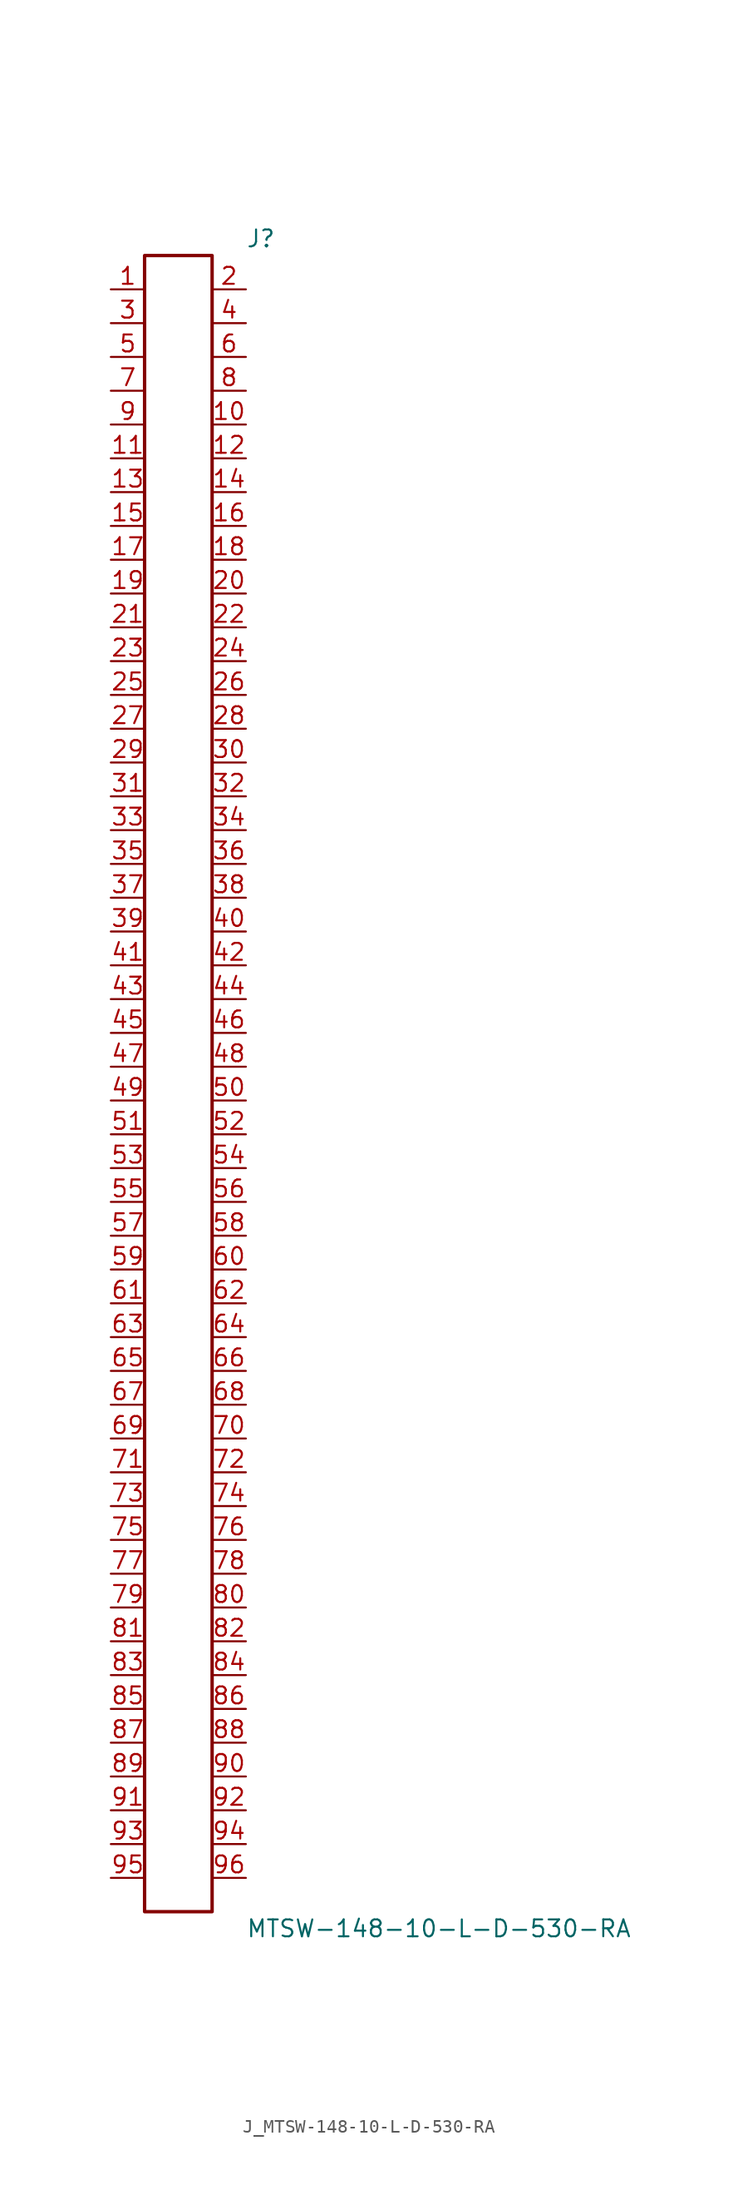
<source format=kicad_sym>
(kicad_symbol_lib
  (version 20231120)
  (generator kicad_symbol_editor)
  (generator_version 8.0)
  (symbol "J_MTSW-148-10-L-D-530-RA"
    (pin_names
      (offset 0.254))
    (property "Reference" "J"
      (at 5.08 63.5 0)
      (effects (font (size 1.27 1.27)) (justify left)))
    (property "Value" "MTSW-148-10-L-D-530-RA"
      (at 5.08 -63.5 0)
      (effects (font (size 1.27 1.27)) (justify left)))
    (symbol "J_MTSW-148-10-L-D-530-RA_0_0"
      (pin passive line (at -5.08 59.69 0) (length 2.54) (name "" (effects (font (size 1.27 1.27)))) (number "1" (effects (font (size 1.27 1.27)))))
      (pin passive line (at 5.08 59.69 180) (length 2.54) (name "" (effects (font (size 1.27 1.27)))) (number "2" (effects (font (size 1.27 1.27)))))
      (pin passive line (at -5.08 57.15 0) (length 2.54) (name "" (effects (font (size 1.27 1.27)))) (number "3" (effects (font (size 1.27 1.27)))))
      (pin passive line (at 5.08 57.15 180) (length 2.54) (name "" (effects (font (size 1.27 1.27)))) (number "4" (effects (font (size 1.27 1.27)))))
      (pin passive line (at -5.08 54.61 0) (length 2.54) (name "" (effects (font (size 1.27 1.27)))) (number "5" (effects (font (size 1.27 1.27)))))
      (pin passive line (at 5.08 54.61 180) (length 2.54) (name "" (effects (font (size 1.27 1.27)))) (number "6" (effects (font (size 1.27 1.27)))))
      (pin passive line (at -5.08 52.07 0) (length 2.54) (name "" (effects (font (size 1.27 1.27)))) (number "7" (effects (font (size 1.27 1.27)))))
      (pin passive line (at 5.08 52.07 180) (length 2.54) (name "" (effects (font (size 1.27 1.27)))) (number "8" (effects (font (size 1.27 1.27)))))
      (pin passive line (at -5.08 49.53 0) (length 2.54) (name "" (effects (font (size 1.27 1.27)))) (number "9" (effects (font (size 1.27 1.27)))))
      (pin passive line (at 5.08 49.53 180) (length 2.54) (name "" (effects (font (size 1.27 1.27)))) (number "10" (effects (font (size 1.27 1.27)))))
      (pin passive line (at -5.08 46.99 0) (length 2.54) (name "" (effects (font (size 1.27 1.27)))) (number "11" (effects (font (size 1.27 1.27)))))
      (pin passive line (at 5.08 46.99 180) (length 2.54) (name "" (effects (font (size 1.27 1.27)))) (number "12" (effects (font (size 1.27 1.27)))))
      (pin passive line (at -5.08 44.45 0) (length 2.54) (name "" (effects (font (size 1.27 1.27)))) (number "13" (effects (font (size 1.27 1.27)))))
      (pin passive line (at 5.08 44.45 180) (length 2.54) (name "" (effects (font (size 1.27 1.27)))) (number "14" (effects (font (size 1.27 1.27)))))
      (pin passive line (at -5.08 41.91 0) (length 2.54) (name "" (effects (font (size 1.27 1.27)))) (number "15" (effects (font (size 1.27 1.27)))))
      (pin passive line (at 5.08 41.91 180) (length 2.54) (name "" (effects (font (size 1.27 1.27)))) (number "16" (effects (font (size 1.27 1.27)))))
      (pin passive line (at -5.08 39.37 0) (length 2.54) (name "" (effects (font (size 1.27 1.27)))) (number "17" (effects (font (size 1.27 1.27)))))
      (pin passive line (at 5.08 39.37 180) (length 2.54) (name "" (effects (font (size 1.27 1.27)))) (number "18" (effects (font (size 1.27 1.27)))))
      (pin passive line (at -5.08 36.83 0) (length 2.54) (name "" (effects (font (size 1.27 1.27)))) (number "19" (effects (font (size 1.27 1.27)))))
      (pin passive line (at 5.08 36.83 180) (length 2.54) (name "" (effects (font (size 1.27 1.27)))) (number "20" (effects (font (size 1.27 1.27)))))
      (pin passive line (at -5.08 34.29 0) (length 2.54) (name "" (effects (font (size 1.27 1.27)))) (number "21" (effects (font (size 1.27 1.27)))))
      (pin passive line (at 5.08 34.29 180) (length 2.54) (name "" (effects (font (size 1.27 1.27)))) (number "22" (effects (font (size 1.27 1.27)))))
      (pin passive line (at -5.08 31.75 0) (length 2.54) (name "" (effects (font (size 1.27 1.27)))) (number "23" (effects (font (size 1.27 1.27)))))
      (pin passive line (at 5.08 31.75 180) (length 2.54) (name "" (effects (font (size 1.27 1.27)))) (number "24" (effects (font (size 1.27 1.27)))))
      (pin passive line (at -5.08 29.21 0) (length 2.54) (name "" (effects (font (size 1.27 1.27)))) (number "25" (effects (font (size 1.27 1.27)))))
      (pin passive line (at 5.08 29.21 180) (length 2.54) (name "" (effects (font (size 1.27 1.27)))) (number "26" (effects (font (size 1.27 1.27)))))
      (pin passive line (at -5.08 26.67 0) (length 2.54) (name "" (effects (font (size 1.27 1.27)))) (number "27" (effects (font (size 1.27 1.27)))))
      (pin passive line (at 5.08 26.67 180) (length 2.54) (name "" (effects (font (size 1.27 1.27)))) (number "28" (effects (font (size 1.27 1.27)))))
      (pin passive line (at -5.08 24.13 0) (length 2.54) (name "" (effects (font (size 1.27 1.27)))) (number "29" (effects (font (size 1.27 1.27)))))
      (pin passive line (at 5.08 24.13 180) (length 2.54) (name "" (effects (font (size 1.27 1.27)))) (number "30" (effects (font (size 1.27 1.27)))))
      (pin passive line (at -5.08 21.59 0) (length 2.54) (name "" (effects (font (size 1.27 1.27)))) (number "31" (effects (font (size 1.27 1.27)))))
      (pin passive line (at 5.08 21.59 180) (length 2.54) (name "" (effects (font (size 1.27 1.27)))) (number "32" (effects (font (size 1.27 1.27)))))
      (pin passive line (at -5.08 19.05 0) (length 2.54) (name "" (effects (font (size 1.27 1.27)))) (number "33" (effects (font (size 1.27 1.27)))))
      (pin passive line (at 5.08 19.05 180) (length 2.54) (name "" (effects (font (size 1.27 1.27)))) (number "34" (effects (font (size 1.27 1.27)))))
      (pin passive line (at -5.08 16.51 0) (length 2.54) (name "" (effects (font (size 1.27 1.27)))) (number "35" (effects (font (size 1.27 1.27)))))
      (pin passive line (at 5.08 16.51 180) (length 2.54) (name "" (effects (font (size 1.27 1.27)))) (number "36" (effects (font (size 1.27 1.27)))))
      (pin passive line (at -5.08 13.97 0) (length 2.54) (name "" (effects (font (size 1.27 1.27)))) (number "37" (effects (font (size 1.27 1.27)))))
      (pin passive line (at 5.08 13.97 180) (length 2.54) (name "" (effects (font (size 1.27 1.27)))) (number "38" (effects (font (size 1.27 1.27)))))
      (pin passive line (at -5.08 11.43 0) (length 2.54) (name "" (effects (font (size 1.27 1.27)))) (number "39" (effects (font (size 1.27 1.27)))))
      (pin passive line (at 5.08 11.43 180) (length 2.54) (name "" (effects (font (size 1.27 1.27)))) (number "40" (effects (font (size 1.27 1.27)))))
      (pin passive line (at -5.08 8.89 0) (length 2.54) (name "" (effects (font (size 1.27 1.27)))) (number "41" (effects (font (size 1.27 1.27)))))
      (pin passive line (at 5.08 8.89 180) (length 2.54) (name "" (effects (font (size 1.27 1.27)))) (number "42" (effects (font (size 1.27 1.27)))))
      (pin passive line (at -5.08 6.35 0) (length 2.54) (name "" (effects (font (size 1.27 1.27)))) (number "43" (effects (font (size 1.27 1.27)))))
      (pin passive line (at 5.08 6.35 180) (length 2.54) (name "" (effects (font (size 1.27 1.27)))) (number "44" (effects (font (size 1.27 1.27)))))
      (pin passive line (at -5.08 3.81 0) (length 2.54) (name "" (effects (font (size 1.27 1.27)))) (number "45" (effects (font (size 1.27 1.27)))))
      (pin passive line (at 5.08 3.81 180) (length 2.54) (name "" (effects (font (size 1.27 1.27)))) (number "46" (effects (font (size 1.27 1.27)))))
      (pin passive line (at -5.08 1.27 0) (length 2.54) (name "" (effects (font (size 1.27 1.27)))) (number "47" (effects (font (size 1.27 1.27)))))
      (pin passive line (at 5.08 1.27 180) (length 2.54) (name "" (effects (font (size 1.27 1.27)))) (number "48" (effects (font (size 1.27 1.27)))))
      (pin passive line (at -5.08 -1.27 0) (length 2.54) (name "" (effects (font (size 1.27 1.27)))) (number "49" (effects (font (size 1.27 1.27)))))
      (pin passive line (at 5.08 -1.27 180) (length 2.54) (name "" (effects (font (size 1.27 1.27)))) (number "50" (effects (font (size 1.27 1.27)))))
      (pin passive line (at -5.08 -3.81 0) (length 2.54) (name "" (effects (font (size 1.27 1.27)))) (number "51" (effects (font (size 1.27 1.27)))))
      (pin passive line (at 5.08 -3.81 180) (length 2.54) (name "" (effects (font (size 1.27 1.27)))) (number "52" (effects (font (size 1.27 1.27)))))
      (pin passive line (at -5.08 -6.35 0) (length 2.54) (name "" (effects (font (size 1.27 1.27)))) (number "53" (effects (font (size 1.27 1.27)))))
      (pin passive line (at 5.08 -6.35 180) (length 2.54) (name "" (effects (font (size 1.27 1.27)))) (number "54" (effects (font (size 1.27 1.27)))))
      (pin passive line (at -5.08 -8.89 0) (length 2.54) (name "" (effects (font (size 1.27 1.27)))) (number "55" (effects (font (size 1.27 1.27)))))
      (pin passive line (at 5.08 -8.89 180) (length 2.54) (name "" (effects (font (size 1.27 1.27)))) (number "56" (effects (font (size 1.27 1.27)))))
      (pin passive line (at -5.08 -11.43 0) (length 2.54) (name "" (effects (font (size 1.27 1.27)))) (number "57" (effects (font (size 1.27 1.27)))))
      (pin passive line (at 5.08 -11.43 180) (length 2.54) (name "" (effects (font (size 1.27 1.27)))) (number "58" (effects (font (size 1.27 1.27)))))
      (pin passive line (at -5.08 -13.97 0) (length 2.54) (name "" (effects (font (size 1.27 1.27)))) (number "59" (effects (font (size 1.27 1.27)))))
      (pin passive line (at 5.08 -13.97 180) (length 2.54) (name "" (effects (font (size 1.27 1.27)))) (number "60" (effects (font (size 1.27 1.27)))))
      (pin passive line (at -5.08 -16.51 0) (length 2.54) (name "" (effects (font (size 1.27 1.27)))) (number "61" (effects (font (size 1.27 1.27)))))
      (pin passive line (at 5.08 -16.51 180) (length 2.54) (name "" (effects (font (size 1.27 1.27)))) (number "62" (effects (font (size 1.27 1.27)))))
      (pin passive line (at -5.08 -19.05 0) (length 2.54) (name "" (effects (font (size 1.27 1.27)))) (number "63" (effects (font (size 1.27 1.27)))))
      (pin passive line (at 5.08 -19.05 180) (length 2.54) (name "" (effects (font (size 1.27 1.27)))) (number "64" (effects (font (size 1.27 1.27)))))
      (pin passive line (at -5.08 -21.59 0) (length 2.54) (name "" (effects (font (size 1.27 1.27)))) (number "65" (effects (font (size 1.27 1.27)))))
      (pin passive line (at 5.08 -21.59 180) (length 2.54) (name "" (effects (font (size 1.27 1.27)))) (number "66" (effects (font (size 1.27 1.27)))))
      (pin passive line (at -5.08 -24.13 0) (length 2.54) (name "" (effects (font (size 1.27 1.27)))) (number "67" (effects (font (size 1.27 1.27)))))
      (pin passive line (at 5.08 -24.13 180) (length 2.54) (name "" (effects (font (size 1.27 1.27)))) (number "68" (effects (font (size 1.27 1.27)))))
      (pin passive line (at -5.08 -26.67 0) (length 2.54) (name "" (effects (font (size 1.27 1.27)))) (number "69" (effects (font (size 1.27 1.27)))))
      (pin passive line (at 5.08 -26.67 180) (length 2.54) (name "" (effects (font (size 1.27 1.27)))) (number "70" (effects (font (size 1.27 1.27)))))
      (pin passive line (at -5.08 -29.21 0) (length 2.54) (name "" (effects (font (size 1.27 1.27)))) (number "71" (effects (font (size 1.27 1.27)))))
      (pin passive line (at 5.08 -29.21 180) (length 2.54) (name "" (effects (font (size 1.27 1.27)))) (number "72" (effects (font (size 1.27 1.27)))))
      (pin passive line (at -5.08 -31.75 0) (length 2.54) (name "" (effects (font (size 1.27 1.27)))) (number "73" (effects (font (size 1.27 1.27)))))
      (pin passive line (at 5.08 -31.75 180) (length 2.54) (name "" (effects (font (size 1.27 1.27)))) (number "74" (effects (font (size 1.27 1.27)))))
      (pin passive line (at -5.08 -34.29 0) (length 2.54) (name "" (effects (font (size 1.27 1.27)))) (number "75" (effects (font (size 1.27 1.27)))))
      (pin passive line (at 5.08 -34.29 180) (length 2.54) (name "" (effects (font (size 1.27 1.27)))) (number "76" (effects (font (size 1.27 1.27)))))
      (pin passive line (at -5.08 -36.83 0) (length 2.54) (name "" (effects (font (size 1.27 1.27)))) (number "77" (effects (font (size 1.27 1.27)))))
      (pin passive line (at 5.08 -36.83 180) (length 2.54) (name "" (effects (font (size 1.27 1.27)))) (number "78" (effects (font (size 1.27 1.27)))))
      (pin passive line (at -5.08 -39.37 0) (length 2.54) (name "" (effects (font (size 1.27 1.27)))) (number "79" (effects (font (size 1.27 1.27)))))
      (pin passive line (at 5.08 -39.37 180) (length 2.54) (name "" (effects (font (size 1.27 1.27)))) (number "80" (effects (font (size 1.27 1.27)))))
      (pin passive line (at -5.08 -41.91 0) (length 2.54) (name "" (effects (font (size 1.27 1.27)))) (number "81" (effects (font (size 1.27 1.27)))))
      (pin passive line (at 5.08 -41.91 180) (length 2.54) (name "" (effects (font (size 1.27 1.27)))) (number "82" (effects (font (size 1.27 1.27)))))
      (pin passive line (at -5.08 -44.45 0) (length 2.54) (name "" (effects (font (size 1.27 1.27)))) (number "83" (effects (font (size 1.27 1.27)))))
      (pin passive line (at 5.08 -44.45 180) (length 2.54) (name "" (effects (font (size 1.27 1.27)))) (number "84" (effects (font (size 1.27 1.27)))))
      (pin passive line (at -5.08 -46.99 0) (length 2.54) (name "" (effects (font (size 1.27 1.27)))) (number "85" (effects (font (size 1.27 1.27)))))
      (pin passive line (at 5.08 -46.99 180) (length 2.54) (name "" (effects (font (size 1.27 1.27)))) (number "86" (effects (font (size 1.27 1.27)))))
      (pin passive line (at -5.08 -49.53 0) (length 2.54) (name "" (effects (font (size 1.27 1.27)))) (number "87" (effects (font (size 1.27 1.27)))))
      (pin passive line (at 5.08 -49.53 180) (length 2.54) (name "" (effects (font (size 1.27 1.27)))) (number "88" (effects (font (size 1.27 1.27)))))
      (pin passive line (at -5.08 -52.07 0) (length 2.54) (name "" (effects (font (size 1.27 1.27)))) (number "89" (effects (font (size 1.27 1.27)))))
      (pin passive line (at 5.08 -52.07 180) (length 2.54) (name "" (effects (font (size 1.27 1.27)))) (number "90" (effects (font (size 1.27 1.27)))))
      (pin passive line (at -5.08 -54.61 0) (length 2.54) (name "" (effects (font (size 1.27 1.27)))) (number "91" (effects (font (size 1.27 1.27)))))
      (pin passive line (at 5.08 -54.61 180) (length 2.54) (name "" (effects (font (size 1.27 1.27)))) (number "92" (effects (font (size 1.27 1.27)))))
      (pin passive line (at -5.08 -57.15 0) (length 2.54) (name "" (effects (font (size 1.27 1.27)))) (number "93" (effects (font (size 1.27 1.27)))))
      (pin passive line (at 5.08 -57.15 180) (length 2.54) (name "" (effects (font (size 1.27 1.27)))) (number "94" (effects (font (size 1.27 1.27)))))
      (pin passive line (at -5.08 -59.69 0) (length 2.54) (name "" (effects (font (size 1.27 1.27)))) (number "95" (effects (font (size 1.27 1.27)))))
      (pin passive line (at 5.08 -59.69 180) (length 2.54) (name "" (effects (font (size 1.27 1.27)))) (number "96" (effects (font (size 1.27 1.27))))))
    (symbol "J_MTSW-148-10-L-D-530-RA_1_0"
      (rectangle (start -2.54 62.23) (end 2.54 -62.23) (stroke (width 0.254) (type solid)) (fill (type none))))))
</source>
